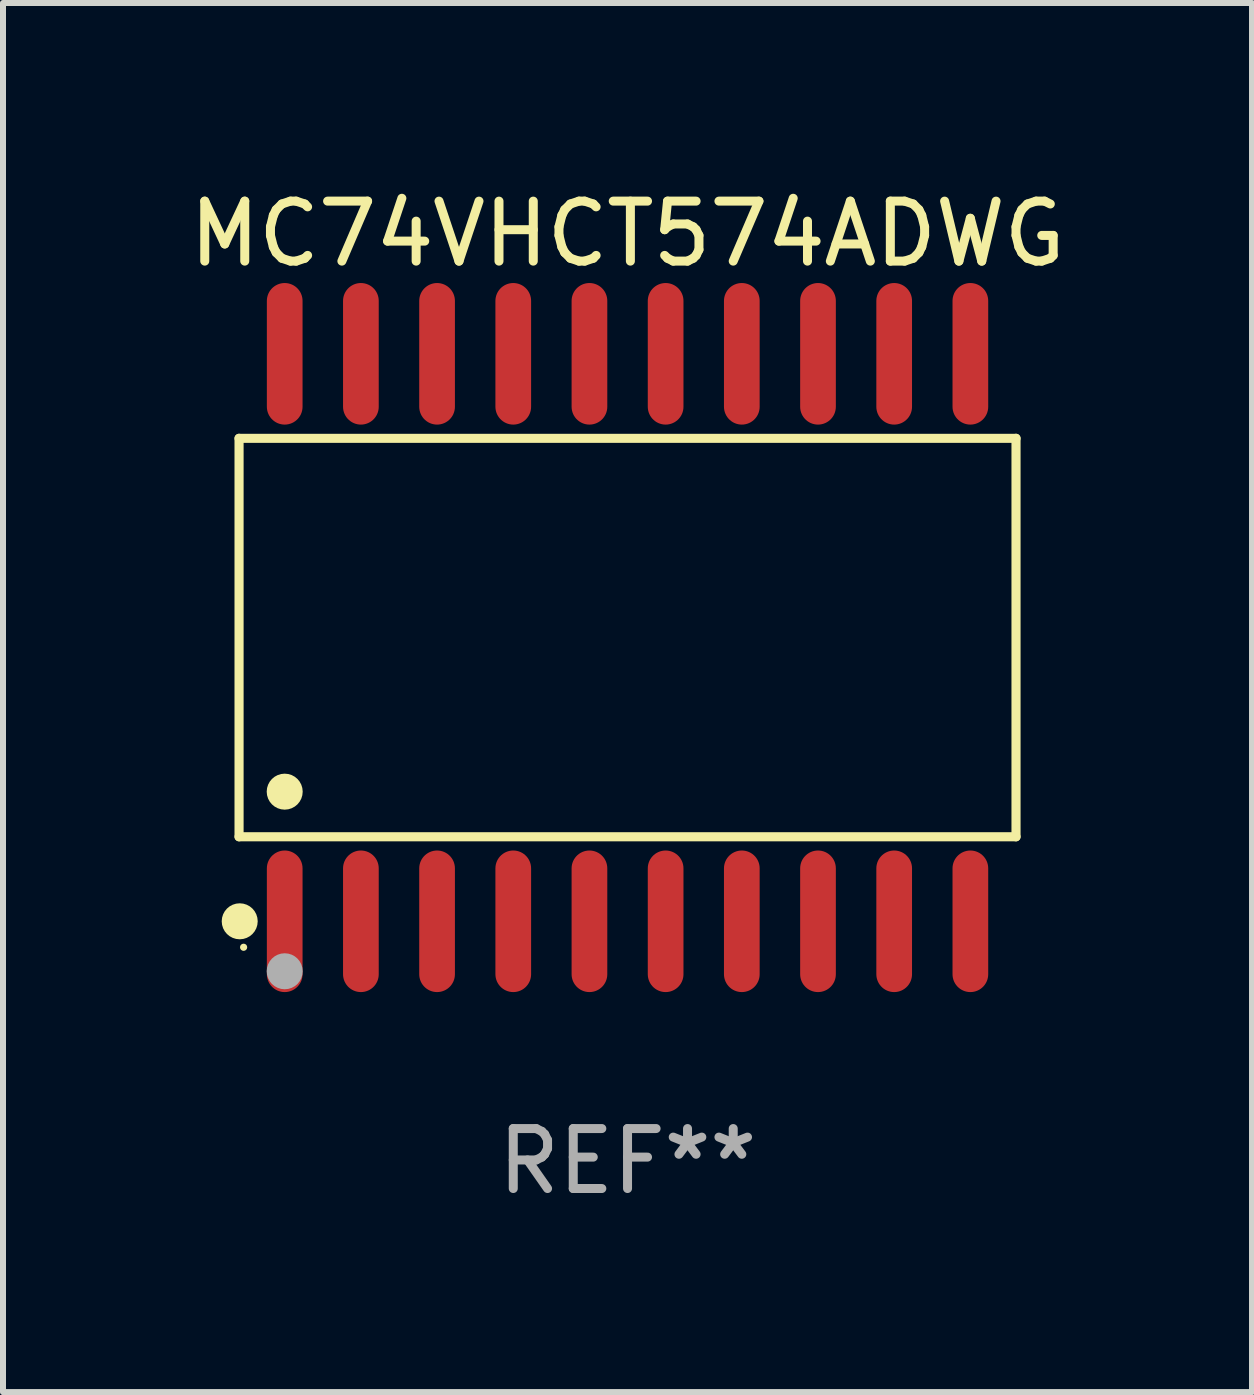
<source format=kicad_pcb>
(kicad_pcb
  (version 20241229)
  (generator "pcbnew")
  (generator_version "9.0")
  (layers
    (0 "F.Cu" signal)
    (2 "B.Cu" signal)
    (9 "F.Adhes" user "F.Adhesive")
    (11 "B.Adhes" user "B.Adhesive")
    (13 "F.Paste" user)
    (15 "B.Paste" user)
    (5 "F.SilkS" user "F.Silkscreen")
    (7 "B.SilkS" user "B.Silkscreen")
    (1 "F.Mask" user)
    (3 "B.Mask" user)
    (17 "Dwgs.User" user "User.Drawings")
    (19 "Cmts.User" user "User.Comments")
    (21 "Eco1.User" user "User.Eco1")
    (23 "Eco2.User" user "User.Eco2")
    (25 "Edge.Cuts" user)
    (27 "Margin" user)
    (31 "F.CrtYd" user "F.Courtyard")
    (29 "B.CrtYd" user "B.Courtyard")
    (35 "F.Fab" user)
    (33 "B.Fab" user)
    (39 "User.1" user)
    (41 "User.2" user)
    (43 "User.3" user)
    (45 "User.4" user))
  (footprint "MC74VHCT574ADWG"
    (layer "F.Cu")
    (at 7.411 7.578)
    (property "Reference" "MC74VHCT574ADWG" (at 0 -6.73 0) (layer "F.SilkS") (effects (font (size 1 1) (thickness 0.15))))
    (attr through_hole)
    (fp_line (start -6.476 -3.321) (end 6.476 -3.321) (stroke (width 0.152) (type solid)) (layer "F.SilkS"))
    (fp_line (start -6.476 3.321) (end -6.476 -3.321) (stroke (width 0.152) (type solid)) (layer "F.SilkS"))
    (fp_line (start 6.476 -3.321) (end 6.476 3.321) (stroke (width 0.152) (type solid)) (layer "F.SilkS"))
    (fp_line (start 6.476 3.321) (end -6.476 3.321) (stroke (width 0.152) (type solid)) (layer "F.SilkS"))
    (fp_circle (center -6.465 4.73) (end -6.315 4.73) (stroke (width 0.3) (type solid)) (fill no) (layer "F.SilkS"))
    (fp_circle (center -6.4 5.163) (end -6.37 5.163) (stroke (width 0.06) (type solid)) (fill no) (layer "F.SilkS"))
    (fp_circle (center -5.715 2.569) (end -5.565 2.569) (stroke (width 0.3) (type solid)) (fill no) (layer "F.SilkS"))
    (fp_circle (center -5.715 5.563) (end -5.565 5.563) (stroke (width 0.3) (type solid)) (fill no) (layer "F.Fab"))
    (fp_text user "REF**" (at 0 8.73 0) (layer "F.Fab") (effects (font (size 1 1) (thickness 0.15))))
    (pad "1" smd oval (at -5.715 4.73) (size 0.595 2.36) (layers "F.Cu" "F.Mask" "F.Paste"))
    (pad "2" smd oval (at -4.445 4.73) (size 0.595 2.36) (layers "F.Cu" "F.Mask" "F.Paste"))
    (pad "3" smd oval (at -3.175 4.73) (size 0.595 2.36) (layers "F.Cu" "F.Mask" "F.Paste"))
    (pad "4" smd oval (at -1.905 4.73) (size 0.595 2.36) (layers "F.Cu" "F.Mask" "F.Paste"))
    (pad "5" smd oval (at -0.635 4.73) (size 0.595 2.36) (layers "F.Cu" "F.Mask" "F.Paste"))
    (pad "6" smd oval (at 0.635 4.73) (size 0.595 2.36) (layers "F.Cu" "F.Mask" "F.Paste"))
    (pad "7" smd oval (at 1.905 4.73) (size 0.595 2.36) (layers "F.Cu" "F.Mask" "F.Paste"))
    (pad "8" smd oval (at 3.175 4.73) (size 0.595 2.36) (layers "F.Cu" "F.Mask" "F.Paste"))
    (pad "9" smd oval (at 4.445 4.73) (size 0.595 2.36) (layers "F.Cu" "F.Mask" "F.Paste"))
    (pad "10" smd oval (at 5.715 4.73) (size 0.595 2.36) (layers "F.Cu" "F.Mask" "F.Paste"))
    (pad "11" smd oval (at 5.715 -4.73) (size 0.595 2.36) (layers "F.Cu" "F.Mask" "F.Paste"))
    (pad "12" smd oval (at 4.445 -4.73) (size 0.595 2.36) (layers "F.Cu" "F.Mask" "F.Paste"))
    (pad "13" smd oval (at 3.175 -4.73) (size 0.595 2.36) (layers "F.Cu" "F.Mask" "F.Paste"))
    (pad "14" smd oval (at 1.905 -4.73) (size 0.595 2.36) (layers "F.Cu" "F.Mask" "F.Paste"))
    (pad "15" smd oval (at 0.635 -4.73) (size 0.595 2.36) (layers "F.Cu" "F.Mask" "F.Paste"))
    (pad "16" smd oval (at -0.635 -4.73) (size 0.595 2.36) (layers "F.Cu" "F.Mask" "F.Paste"))
    (pad "17" smd oval (at -1.905 -4.73) (size 0.595 2.36) (layers "F.Cu" "F.Mask" "F.Paste"))
    (pad "18" smd oval (at -3.175 -4.73) (size 0.595 2.36) (layers "F.Cu" "F.Mask" "F.Paste"))
    (pad "19" smd oval (at -4.445 -4.73) (size 0.595 2.36) (layers "F.Cu" "F.Mask" "F.Paste"))
    (pad "20" smd oval (at -5.715 -4.73) (size 0.595 2.36) (layers "F.Cu" "F.Mask" "F.Paste")))
  (gr_rect
    (start -3 -3)
    (end 17.821 20.156)
    (stroke (width 0.1) (type default))
    (fill no)
    (layer "Edge.Cuts")))
</source>
